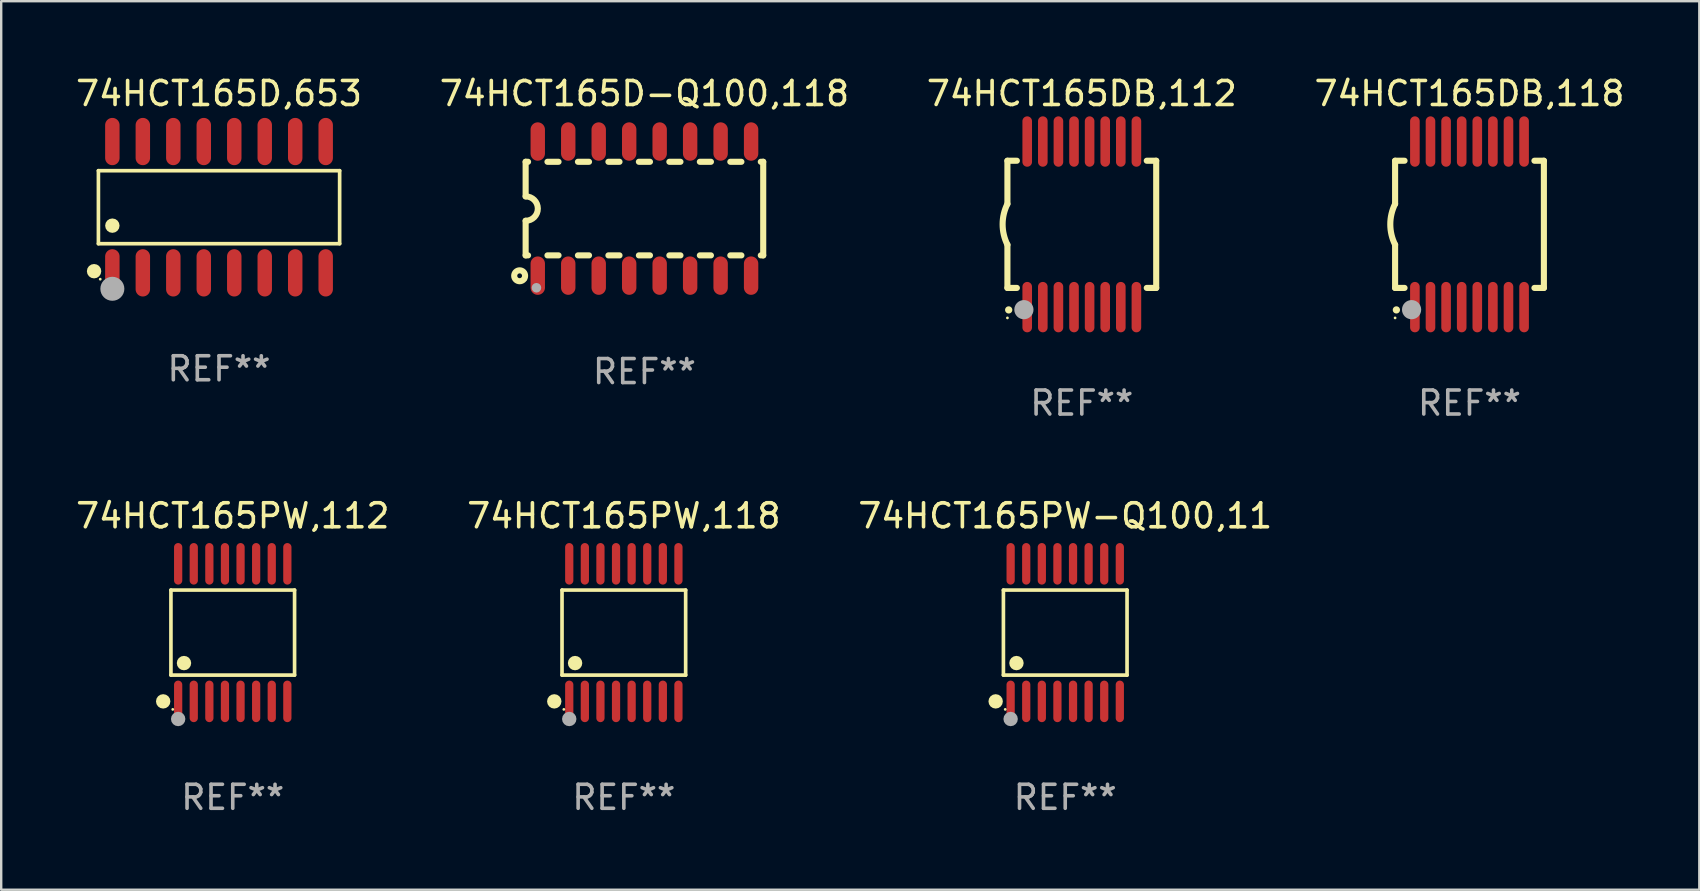
<source format=kicad_pcb>
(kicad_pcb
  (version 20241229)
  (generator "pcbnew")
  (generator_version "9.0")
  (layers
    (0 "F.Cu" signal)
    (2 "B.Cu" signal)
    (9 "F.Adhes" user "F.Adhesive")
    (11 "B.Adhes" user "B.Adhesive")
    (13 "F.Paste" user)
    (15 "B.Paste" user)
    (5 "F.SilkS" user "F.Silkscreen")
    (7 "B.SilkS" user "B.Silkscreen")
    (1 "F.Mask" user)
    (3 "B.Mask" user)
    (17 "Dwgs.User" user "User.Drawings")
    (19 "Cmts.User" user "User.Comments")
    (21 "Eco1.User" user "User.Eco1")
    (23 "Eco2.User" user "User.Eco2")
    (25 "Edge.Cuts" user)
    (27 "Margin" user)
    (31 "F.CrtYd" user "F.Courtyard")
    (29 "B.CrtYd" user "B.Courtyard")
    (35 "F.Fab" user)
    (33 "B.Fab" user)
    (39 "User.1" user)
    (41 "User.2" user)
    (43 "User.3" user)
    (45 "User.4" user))
  (footprint "74HCT165PW,112"
    (layer "F.Cu")
    (at 6.649 23.311)
    (property "Reference" "74HCT165PW,112" (at 0 -4.866 0) (layer "F.SilkS") (effects (font (size 1 1) (thickness 0.15))))
    (attr through_hole)
    (fp_line (start -2.576 -1.772) (end 2.576 -1.772) (stroke (width 0.152) (type solid)) (layer "F.SilkS"))
    (fp_line (start -2.576 1.771) (end -2.576 -1.772) (stroke (width 0.152) (type solid)) (layer "F.SilkS"))
    (fp_line (start 2.576 -1.772) (end 2.576 1.771) (stroke (width 0.152) (type solid)) (layer "F.SilkS"))
    (fp_line (start 2.576 1.771) (end -2.576 1.771) (stroke (width 0.152) (type solid)) (layer "F.SilkS"))
    (fp_circle (center -2.899 2.866) (end -2.749 2.866) (stroke (width 0.3) (type solid)) (fill no) (layer "F.SilkS"))
    (fp_circle (center -2.5 3.2) (end -2.47 3.2) (stroke (width 0.06) (type solid)) (fill no) (layer "F.SilkS"))
    (fp_circle (center -2.032 1.27) (end -1.882 1.27) (stroke (width 0.3) (type solid)) (fill no) (layer "F.SilkS"))
    (fp_circle (center -2.275 3.6) (end -2.125 3.6) (stroke (width 0.3) (type solid)) (fill no) (layer "F.Fab"))
    (fp_text user "REF**" (at 0 6.866 0) (layer "F.Fab") (effects (font (size 1 1) (thickness 0.15))))
    (pad "1" smd oval (at -2.275 2.866) (size 0.343 1.731) (layers "F.Cu" "F.Mask" "F.Paste"))
    (pad "2" smd oval (at -1.625 2.866) (size 0.343 1.731) (layers "F.Cu" "F.Mask" "F.Paste"))
    (pad "3" smd oval (at -0.975 2.866) (size 0.343 1.731) (layers "F.Cu" "F.Mask" "F.Paste"))
    (pad "4" smd oval (at -0.325 2.866) (size 0.343 1.731) (layers "F.Cu" "F.Mask" "F.Paste"))
    (pad "5" smd oval (at 0.325 2.866) (size 0.343 1.731) (layers "F.Cu" "F.Mask" "F.Paste"))
    (pad "6" smd oval (at 0.975 2.866) (size 0.343 1.731) (layers "F.Cu" "F.Mask" "F.Paste"))
    (pad "7" smd oval (at 1.625 2.866) (size 0.343 1.731) (layers "F.Cu" "F.Mask" "F.Paste"))
    (pad "8" smd oval (at 2.275 2.866) (size 0.343 1.731) (layers "F.Cu" "F.Mask" "F.Paste"))
    (pad "9" smd oval (at 2.275 -2.866) (size 0.343 1.731) (layers "F.Cu" "F.Mask" "F.Paste"))
    (pad "10" smd oval (at 1.625 -2.866) (size 0.343 1.731) (layers "F.Cu" "F.Mask" "F.Paste"))
    (pad "11" smd oval (at 0.975 -2.866) (size 0.343 1.731) (layers "F.Cu" "F.Mask" "F.Paste"))
    (pad "12" smd oval (at 0.325 -2.866) (size 0.343 1.731) (layers "F.Cu" "F.Mask" "F.Paste"))
    (pad "13" smd oval (at -0.325 -2.866) (size 0.343 1.731) (layers "F.Cu" "F.Mask" "F.Paste"))
    (pad "14" smd oval (at -0.975 -2.866) (size 0.343 1.731) (layers "F.Cu" "F.Mask" "F.Paste"))
    (pad "15" smd oval (at -1.625 -2.866) (size 0.343 1.731) (layers "F.Cu" "F.Mask" "F.Paste"))
    (pad "16" smd oval (at -2.275 -2.866) (size 0.343 1.731) (layers "F.Cu" "F.Mask" "F.Paste")))
  (footprint "74HCT165PW-Q100,11"
    (layer "F.Cu")
    (at 41.339 23.311)
    (property "Reference" "74HCT165PW-Q100,11" (at 0 -4.866 0) (layer "F.SilkS") (effects (font (size 1 1) (thickness 0.15))))
    (attr through_hole)
    (fp_line (start -2.576 -1.772) (end 2.576 -1.772) (stroke (width 0.152) (type solid)) (layer "F.SilkS"))
    (fp_line (start -2.576 1.771) (end -2.576 -1.772) (stroke (width 0.152) (type solid)) (layer "F.SilkS"))
    (fp_line (start 2.576 -1.772) (end 2.576 1.771) (stroke (width 0.152) (type solid)) (layer "F.SilkS"))
    (fp_line (start 2.576 1.771) (end -2.576 1.771) (stroke (width 0.152) (type solid)) (layer "F.SilkS"))
    (fp_circle (center -2.899 2.866) (end -2.749 2.866) (stroke (width 0.3) (type solid)) (fill no) (layer "F.SilkS"))
    (fp_circle (center -2.5 3.2) (end -2.47 3.2) (stroke (width 0.06) (type solid)) (fill no) (layer "F.SilkS"))
    (fp_circle (center -2.032 1.27) (end -1.882 1.27) (stroke (width 0.3) (type solid)) (fill no) (layer "F.SilkS"))
    (fp_circle (center -2.275 3.6) (end -2.125 3.6) (stroke (width 0.3) (type solid)) (fill no) (layer "F.Fab"))
    (fp_text user "REF**" (at 0 6.866 0) (layer "F.Fab") (effects (font (size 1 1) (thickness 0.15))))
    (pad "1" smd oval (at -2.275 2.866) (size 0.343 1.731) (layers "F.Cu" "F.Mask" "F.Paste"))
    (pad "2" smd oval (at -1.625 2.866) (size 0.343 1.731) (layers "F.Cu" "F.Mask" "F.Paste"))
    (pad "3" smd oval (at -0.975 2.866) (size 0.343 1.731) (layers "F.Cu" "F.Mask" "F.Paste"))
    (pad "4" smd oval (at -0.325 2.866) (size 0.343 1.731) (layers "F.Cu" "F.Mask" "F.Paste"))
    (pad "5" smd oval (at 0.325 2.866) (size 0.343 1.731) (layers "F.Cu" "F.Mask" "F.Paste"))
    (pad "6" smd oval (at 0.975 2.866) (size 0.343 1.731) (layers "F.Cu" "F.Mask" "F.Paste"))
    (pad "7" smd oval (at 1.625 2.866) (size 0.343 1.731) (layers "F.Cu" "F.Mask" "F.Paste"))
    (pad "8" smd oval (at 2.275 2.866) (size 0.343 1.731) (layers "F.Cu" "F.Mask" "F.Paste"))
    (pad "9" smd oval (at 2.275 -2.866) (size 0.343 1.731) (layers "F.Cu" "F.Mask" "F.Paste"))
    (pad "10" smd oval (at 1.625 -2.866) (size 0.343 1.731) (layers "F.Cu" "F.Mask" "F.Paste"))
    (pad "11" smd oval (at 0.975 -2.866) (size 0.343 1.731) (layers "F.Cu" "F.Mask" "F.Paste"))
    (pad "12" smd oval (at 0.325 -2.866) (size 0.343 1.731) (layers "F.Cu" "F.Mask" "F.Paste"))
    (pad "13" smd oval (at -0.325 -2.866) (size 0.343 1.731) (layers "F.Cu" "F.Mask" "F.Paste"))
    (pad "14" smd oval (at -0.975 -2.866) (size 0.343 1.731) (layers "F.Cu" "F.Mask" "F.Paste"))
    (pad "15" smd oval (at -1.625 -2.866) (size 0.343 1.731) (layers "F.Cu" "F.Mask" "F.Paste"))
    (pad "16" smd oval (at -2.275 -2.866) (size 0.343 1.731) (layers "F.Cu" "F.Mask" "F.Paste")))
  (footprint "74HCT165D-Q100,118"
    (layer "F.Cu")
    (at 23.804 5.642)
    (property "Reference" "74HCT165D-Q100,118" (at 0 -4.794 0) (layer "F.SilkS") (effects (font (size 1 1) (thickness 0.15))))
    (attr through_hole)
    (fp_line (start -4.95 -1.95) (end -4.95 -0.508) (stroke (width 0.254) (type solid)) (layer "F.SilkS"))
    (fp_line (start -4.95 -1.95) (end -4.849 -1.95) (stroke (width 0.254) (type solid)) (layer "F.SilkS"))
    (fp_line (start -4.95 1.95) (end -4.95 0.508) (stroke (width 0.254) (type solid)) (layer "F.SilkS"))
    (fp_line (start -4.95 1.95) (end -4.849 1.95) (stroke (width 0.254) (type solid)) (layer "F.SilkS"))
    (fp_line (start -4.041 -1.95) (end -3.579 -1.95) (stroke (width 0.254) (type solid)) (layer "F.SilkS"))
    (fp_line (start -4.041 1.95) (end -3.579 1.95) (stroke (width 0.254) (type solid)) (layer "F.SilkS"))
    (fp_line (start -2.771 -1.95) (end -2.309 -1.95) (stroke (width 0.254) (type solid)) (layer "F.SilkS"))
    (fp_line (start -2.771 1.95) (end -2.309 1.95) (stroke (width 0.254) (type solid)) (layer "F.SilkS"))
    (fp_line (start -1.501 -1.95) (end -1.039 -1.95) (stroke (width 0.254) (type solid)) (layer "F.SilkS"))
    (fp_line (start -1.501 1.95) (end -1.039 1.95) (stroke (width 0.254) (type solid)) (layer "F.SilkS"))
    (fp_line (start -0.231 -1.95) (end 0.231 -1.95) (stroke (width 0.254) (type solid)) (layer "F.SilkS"))
    (fp_line (start -0.231 1.95) (end 0.231 1.95) (stroke (width 0.254) (type solid)) (layer "F.SilkS"))
    (fp_line (start 1.039 -1.95) (end 1.501 -1.95) (stroke (width 0.254) (type solid)) (layer "F.SilkS"))
    (fp_line (start 1.039 1.95) (end 1.501 1.95) (stroke (width 0.254) (type solid)) (layer "F.SilkS"))
    (fp_line (start 2.309 -1.95) (end 2.771 -1.95) (stroke (width 0.254) (type solid)) (layer "F.SilkS"))
    (fp_line (start 2.309 1.95) (end 2.771 1.95) (stroke (width 0.254) (type solid)) (layer "F.SilkS"))
    (fp_line (start 3.579 -1.95) (end 4.041 -1.95) (stroke (width 0.254) (type solid)) (layer "F.SilkS"))
    (fp_line (start 3.579 1.95) (end 4.041 1.95) (stroke (width 0.254) (type solid)) (layer "F.SilkS"))
    (fp_line (start 4.849 -1.95) (end 4.95 -1.95) (stroke (width 0.254) (type solid)) (layer "F.SilkS"))
    (fp_line (start 4.849 1.95) (end 4.95 1.95) (stroke (width 0.254) (type solid)) (layer "F.SilkS"))
    (fp_line (start 4.95 -1.95) (end 4.95 1.95) (stroke (width 0.254) (type solid)) (layer "F.SilkS"))
    (fp_arc (start -4.95047 -0.508001) (mid -4.442469 -0.000228) (end -4.950013 0.508001) (stroke (width 0.254001) (type solid)) (layer "F.SilkS"))
    (fp_circle (center -5.2 2.8) (end -5.1 2.8) (stroke (width 0.254) (type solid)) (fill no) (layer "F.SilkS"))
    (fp_circle (center -4.95 2.947) (end -4.92 2.947) (stroke (width 0.06) (type solid)) (fill no) (layer "F.SilkS"))
    (fp_circle (center -4.5 3.3) (end -4.4 3.3) (stroke (width 0.2) (type solid)) (fill no) (layer "F.Fab"))
    (fp_text user "REF**" (at 0 6.794 0) (layer "F.Fab") (effects (font (size 1 1) (thickness 0.15))))
    (pad "1" smd oval (at -4.445 2.794) (size 0.6 1.6) (layers "F.Cu" "F.Mask" "F.Paste"))
    (pad "2" smd oval (at -3.175 2.794) (size 0.6 1.6) (layers "F.Cu" "F.Mask" "F.Paste"))
    (pad "3" smd oval (at -1.905 2.794) (size 0.6 1.6) (layers "F.Cu" "F.Mask" "F.Paste"))
    (pad "4" smd oval (at -0.635 2.794) (size 0.6 1.6) (layers "F.Cu" "F.Mask" "F.Paste"))
    (pad "5" smd oval (at 0.635 2.794) (size 0.6 1.6) (layers "F.Cu" "F.Mask" "F.Paste"))
    (pad "6" smd oval (at 1.905 2.794) (size 0.6 1.6) (layers "F.Cu" "F.Mask" "F.Paste"))
    (pad "7" smd oval (at 3.175 2.794) (size 0.6 1.6) (layers "F.Cu" "F.Mask" "F.Paste"))
    (pad "8" smd oval (at 4.445 2.794) (size 0.6 1.6) (layers "F.Cu" "F.Mask" "F.Paste"))
    (pad "9" smd oval (at 4.445 -2.794) (size 0.6 1.6) (layers "F.Cu" "F.Mask" "F.Paste"))
    (pad "10" smd oval (at 3.175 -2.794) (size 0.6 1.6) (layers "F.Cu" "F.Mask" "F.Paste"))
    (pad "11" smd oval (at 1.905 -2.794) (size 0.6 1.6) (layers "F.Cu" "F.Mask" "F.Paste"))
    (pad "12" smd oval (at 0.635 -2.794) (size 0.6 1.6) (layers "F.Cu" "F.Mask" "F.Paste"))
    (pad "13" smd oval (at -0.635 -2.794) (size 0.6 1.6) (layers "F.Cu" "F.Mask" "F.Paste"))
    (pad "14" smd oval (at -1.905 -2.794) (size 0.6 1.6) (layers "F.Cu" "F.Mask" "F.Paste"))
    (pad "15" smd oval (at -3.175 -2.794) (size 0.6 1.6) (layers "F.Cu" "F.Mask" "F.Paste"))
    (pad "16" smd oval (at -4.445 -2.794) (size 0.6 1.6) (layers "F.Cu" "F.Mask" "F.Paste")))
  (footprint "74HCT165D,653"
    (layer "F.Cu")
    (at 6.077 5.584)
    (property "Reference" "74HCT165D,653" (at 0 -4.736 0) (layer "F.SilkS") (effects (font (size 1 1) (thickness 0.15))))
    (attr through_hole)
    (fp_line (start -5.026 -1.521) (end 5.026 -1.521) (stroke (width 0.152) (type solid)) (layer "F.SilkS"))
    (fp_line (start -5.026 1.521) (end -5.026 -1.521) (stroke (width 0.152) (type solid)) (layer "F.SilkS"))
    (fp_line (start 5.026 -1.521) (end 5.026 1.521) (stroke (width 0.152) (type solid)) (layer "F.SilkS"))
    (fp_line (start 5.026 1.521) (end -5.026 1.521) (stroke (width 0.152) (type solid)) (layer "F.SilkS"))
    (fp_circle (center -5.207 2.667) (end -5.057 2.667) (stroke (width 0.3) (type solid)) (fill no) (layer "F.SilkS"))
    (fp_circle (center -4.95 3) (end -4.92 3) (stroke (width 0.06) (type solid)) (fill no) (layer "F.SilkS"))
    (fp_circle (center -4.445 0.769) (end -4.295 0.769) (stroke (width 0.3) (type solid)) (fill no) (layer "F.SilkS"))
    (fp_circle (center -4.445 3.4) (end -4.195 3.4) (stroke (width 0.5) (type solid)) (fill no) (layer "F.Fab"))
    (fp_text user "REF**" (at 0 6.736 0) (layer "F.Fab") (effects (font (size 1 1) (thickness 0.15))))
    (pad "1" smd oval (at -4.445 2.736) (size 0.602 1.971) (layers "F.Cu" "F.Mask" "F.Paste"))
    (pad "2" smd oval (at -3.175 2.736) (size 0.602 1.971) (layers "F.Cu" "F.Mask" "F.Paste"))
    (pad "3" smd oval (at -1.905 2.736) (size 0.602 1.971) (layers "F.Cu" "F.Mask" "F.Paste"))
    (pad "4" smd oval (at -0.635 2.736) (size 0.602 1.971) (layers "F.Cu" "F.Mask" "F.Paste"))
    (pad "5" smd oval (at 0.635 2.736) (size 0.602 1.971) (layers "F.Cu" "F.Mask" "F.Paste"))
    (pad "6" smd oval (at 1.905 2.736) (size 0.602 1.971) (layers "F.Cu" "F.Mask" "F.Paste"))
    (pad "7" smd oval (at 3.175 2.736) (size 0.602 1.971) (layers "F.Cu" "F.Mask" "F.Paste"))
    (pad "8" smd oval (at 4.445 2.736) (size 0.602 1.971) (layers "F.Cu" "F.Mask" "F.Paste"))
    (pad "9" smd oval (at 4.445 -2.736) (size 0.602 1.971) (layers "F.Cu" "F.Mask" "F.Paste"))
    (pad "10" smd oval (at 3.175 -2.736) (size 0.602 1.971) (layers "F.Cu" "F.Mask" "F.Paste"))
    (pad "11" smd oval (at 1.905 -2.736) (size 0.602 1.971) (layers "F.Cu" "F.Mask" "F.Paste"))
    (pad "12" smd oval (at 0.635 -2.736) (size 0.602 1.971) (layers "F.Cu" "F.Mask" "F.Paste"))
    (pad "13" smd oval (at -0.635 -2.736) (size 0.602 1.971) (layers "F.Cu" "F.Mask" "F.Paste"))
    (pad "14" smd oval (at -1.905 -2.736) (size 0.602 1.971) (layers "F.Cu" "F.Mask" "F.Paste"))
    (pad "15" smd oval (at -3.175 -2.736) (size 0.602 1.971) (layers "F.Cu" "F.Mask" "F.Paste"))
    (pad "16" smd oval (at -4.445 -2.736) (size 0.602 1.971) (layers "F.Cu" "F.Mask" "F.Paste")))
  (footprint "74HCT165DB,112"
    (layer "F.Cu")
    (at 42.03 6.298)
    (property "Reference" "74HCT165DB,112" (at 0 -5.45 0) (layer "F.SilkS") (effects (font (size 1 1) (thickness 0.15))))
    (attr through_hole)
    (fp_line (start -3.1 -2.65) (end -3.1 -0.85) (stroke (width 0.254) (type solid)) (layer "F.SilkS"))
    (fp_line (start -3.1 -2.65) (end -2.706 -2.65) (stroke (width 0.254) (type solid)) (layer "F.SilkS"))
    (fp_line (start -3.1 2.65) (end -3.1 0.85) (stroke (width 0.254) (type solid)) (layer "F.SilkS"))
    (fp_line (start -3.1 2.65) (end -2.706 2.65) (stroke (width 0.254) (type solid)) (layer "F.SilkS"))
    (fp_line (start 2.706 -2.65) (end 3.1 -2.65) (stroke (width 0.254) (type solid)) (layer "F.SilkS"))
    (fp_line (start 2.706 2.65) (end 3.1 2.65) (stroke (width 0.254) (type solid)) (layer "F.SilkS"))
    (fp_line (start 3.1 -2.65) (end 3.1 2.65) (stroke (width 0.254) (type solid)) (layer "F.SilkS"))
    (fp_arc (start -3.098907 0.850902) (mid -3.300057 0.000523) (end -3.1 -0.850114) (stroke (width 0.254001) (type solid)) (layer "F.SilkS"))
    (fp_arc (start -3.048006 3.566066) (mid -3.046736 3.566061) (end -3.045466 3.566066) (stroke (width 0.3) (type solid)) (layer "F.SilkS"))
    (fp_circle (center -3.1 3.9) (end -3.07 3.9) (stroke (width 0.06) (type solid)) (fill no) (layer "F.SilkS"))
    (fp_circle (center -2.413 3.556) (end -2.213 3.556) (stroke (width 0.4) (type solid)) (fill no) (layer "F.Fab"))
    (fp_text user "REF**" (at 0 7.45 0) (layer "F.Fab") (effects (font (size 1 1) (thickness 0.15))))
    (pad "1" smd oval (at -2.275 3.45 180) (size 0.4 2.1) (layers "F.Cu" "F.Mask" "F.Paste"))
    (pad "2" smd oval (at -1.625 3.45 180) (size 0.4 2.1) (layers "F.Cu" "F.Mask" "F.Paste"))
    (pad "3" smd oval (at -0.975 3.45 180) (size 0.4 2.1) (layers "F.Cu" "F.Mask" "F.Paste"))
    (pad "4" smd oval (at -0.325 3.45 180) (size 0.4 2.1) (layers "F.Cu" "F.Mask" "F.Paste"))
    (pad "5" smd oval (at 0.325 3.45 180) (size 0.4 2.1) (layers "F.Cu" "F.Mask" "F.Paste"))
    (pad "6" smd oval (at 0.975 3.45 180) (size 0.4 2.1) (layers "F.Cu" "F.Mask" "F.Paste"))
    (pad "7" smd oval (at 1.625 3.45 180) (size 0.4 2.1) (layers "F.Cu" "F.Mask" "F.Paste"))
    (pad "8" smd oval (at 2.275 3.45 180) (size 0.4 2.1) (layers "F.Cu" "F.Mask" "F.Paste"))
    (pad "9" smd oval (at 2.275 -3.45 180) (size 0.4 2.1) (layers "F.Cu" "F.Mask" "F.Paste"))
    (pad "10" smd oval (at 1.625 -3.45 180) (size 0.4 2.1) (layers "F.Cu" "F.Mask" "F.Paste"))
    (pad "11" smd oval (at 0.975 -3.45 180) (size 0.4 2.1) (layers "F.Cu" "F.Mask" "F.Paste"))
    (pad "12" smd oval (at 0.325 -3.45 180) (size 0.4 2.1) (layers "F.Cu" "F.Mask" "F.Paste"))
    (pad "13" smd oval (at -0.325 -3.45 180) (size 0.4 2.1) (layers "F.Cu" "F.Mask" "F.Paste"))
    (pad "14" smd oval (at -0.975 -3.45 180) (size 0.4 2.1) (layers "F.Cu" "F.Mask" "F.Paste"))
    (pad "15" smd oval (at -1.625 -3.45 180) (size 0.4 2.1) (layers "F.Cu" "F.Mask" "F.Paste"))
    (pad "16" smd oval (at -2.275 -3.45 180) (size 0.4 2.1) (layers "F.Cu" "F.Mask" "F.Paste")))
  (footprint "74HCT165DB,118"
    (layer "F.Cu")
    (at 58.185 6.298)
    (property "Reference" "74HCT165DB,118" (at 0 -5.45 0) (layer "F.SilkS") (effects (font (size 1 1) (thickness 0.15))))
    (attr through_hole)
    (fp_line (start -3.1 -2.65) (end -3.1 -0.85) (stroke (width 0.254) (type solid)) (layer "F.SilkS"))
    (fp_line (start -3.1 -2.65) (end -2.706 -2.65) (stroke (width 0.254) (type solid)) (layer "F.SilkS"))
    (fp_line (start -3.1 2.65) (end -3.1 0.85) (stroke (width 0.254) (type solid)) (layer "F.SilkS"))
    (fp_line (start -3.1 2.65) (end -2.706 2.65) (stroke (width 0.254) (type solid)) (layer "F.SilkS"))
    (fp_line (start 2.706 -2.65) (end 3.1 -2.65) (stroke (width 0.254) (type solid)) (layer "F.SilkS"))
    (fp_line (start 2.706 2.65) (end 3.1 2.65) (stroke (width 0.254) (type solid)) (layer "F.SilkS"))
    (fp_line (start 3.1 -2.65) (end 3.1 2.65) (stroke (width 0.254) (type solid)) (layer "F.SilkS"))
    (fp_arc (start -3.098907 0.850902) (mid -3.300057 0.000523) (end -3.1 -0.850114) (stroke (width 0.254001) (type solid)) (layer "F.SilkS"))
    (fp_arc (start -3.048006 3.566066) (mid -3.046736 3.566061) (end -3.045466 3.566066) (stroke (width 0.3) (type solid)) (layer "F.SilkS"))
    (fp_circle (center -3.1 3.9) (end -3.07 3.9) (stroke (width 0.06) (type solid)) (fill no) (layer "F.SilkS"))
    (fp_circle (center -2.413 3.556) (end -2.213 3.556) (stroke (width 0.4) (type solid)) (fill no) (layer "F.Fab"))
    (fp_text user "REF**" (at 0 7.45 0) (layer "F.Fab") (effects (font (size 1 1) (thickness 0.15))))
    (pad "1" smd oval (at -2.275 3.45 180) (size 0.4 2.1) (layers "F.Cu" "F.Mask" "F.Paste"))
    (pad "2" smd oval (at -1.625 3.45 180) (size 0.4 2.1) (layers "F.Cu" "F.Mask" "F.Paste"))
    (pad "3" smd oval (at -0.975 3.45 180) (size 0.4 2.1) (layers "F.Cu" "F.Mask" "F.Paste"))
    (pad "4" smd oval (at -0.325 3.45 180) (size 0.4 2.1) (layers "F.Cu" "F.Mask" "F.Paste"))
    (pad "5" smd oval (at 0.325 3.45 180) (size 0.4 2.1) (layers "F.Cu" "F.Mask" "F.Paste"))
    (pad "6" smd oval (at 0.975 3.45 180) (size 0.4 2.1) (layers "F.Cu" "F.Mask" "F.Paste"))
    (pad "7" smd oval (at 1.625 3.45 180) (size 0.4 2.1) (layers "F.Cu" "F.Mask" "F.Paste"))
    (pad "8" smd oval (at 2.275 3.45 180) (size 0.4 2.1) (layers "F.Cu" "F.Mask" "F.Paste"))
    (pad "9" smd oval (at 2.275 -3.45 180) (size 0.4 2.1) (layers "F.Cu" "F.Mask" "F.Paste"))
    (pad "10" smd oval (at 1.625 -3.45 180) (size 0.4 2.1) (layers "F.Cu" "F.Mask" "F.Paste"))
    (pad "11" smd oval (at 0.975 -3.45 180) (size 0.4 2.1) (layers "F.Cu" "F.Mask" "F.Paste"))
    (pad "12" smd oval (at 0.325 -3.45 180) (size 0.4 2.1) (layers "F.Cu" "F.Mask" "F.Paste"))
    (pad "13" smd oval (at -0.325 -3.45 180) (size 0.4 2.1) (layers "F.Cu" "F.Mask" "F.Paste"))
    (pad "14" smd oval (at -0.975 -3.45 180) (size 0.4 2.1) (layers "F.Cu" "F.Mask" "F.Paste"))
    (pad "15" smd oval (at -1.625 -3.45 180) (size 0.4 2.1) (layers "F.Cu" "F.Mask" "F.Paste"))
    (pad "16" smd oval (at -2.275 -3.45 180) (size 0.4 2.1) (layers "F.Cu" "F.Mask" "F.Paste")))
  (footprint "74HCT165PW,118"
    (layer "F.Cu")
    (at 22.946 23.311)
    (property "Reference" "74HCT165PW,118" (at 0 -4.866 0) (layer "F.SilkS") (effects (font (size 1 1) (thickness 0.15))))
    (attr through_hole)
    (fp_line (start -2.576 -1.772) (end 2.576 -1.772) (stroke (width 0.152) (type solid)) (layer "F.SilkS"))
    (fp_line (start -2.576 1.771) (end -2.576 -1.772) (stroke (width 0.152) (type solid)) (layer "F.SilkS"))
    (fp_line (start 2.576 -1.772) (end 2.576 1.771) (stroke (width 0.152) (type solid)) (layer "F.SilkS"))
    (fp_line (start 2.576 1.771) (end -2.576 1.771) (stroke (width 0.152) (type solid)) (layer "F.SilkS"))
    (fp_circle (center -2.899 2.866) (end -2.749 2.866) (stroke (width 0.3) (type solid)) (fill no) (layer "F.SilkS"))
    (fp_circle (center -2.5 3.2) (end -2.47 3.2) (stroke (width 0.06) (type solid)) (fill no) (layer "F.SilkS"))
    (fp_circle (center -2.032 1.27) (end -1.882 1.27) (stroke (width 0.3) (type solid)) (fill no) (layer "F.SilkS"))
    (fp_circle (center -2.275 3.6) (end -2.125 3.6) (stroke (width 0.3) (type solid)) (fill no) (layer "F.Fab"))
    (fp_text user "REF**" (at 0 6.866 0) (layer "F.Fab") (effects (font (size 1 1) (thickness 0.15))))
    (pad "1" smd oval (at -2.275 2.866) (size 0.343 1.731) (layers "F.Cu" "F.Mask" "F.Paste"))
    (pad "2" smd oval (at -1.625 2.866) (size 0.343 1.731) (layers "F.Cu" "F.Mask" "F.Paste"))
    (pad "3" smd oval (at -0.975 2.866) (size 0.343 1.731) (layers "F.Cu" "F.Mask" "F.Paste"))
    (pad "4" smd oval (at -0.325 2.866) (size 0.343 1.731) (layers "F.Cu" "F.Mask" "F.Paste"))
    (pad "5" smd oval (at 0.325 2.866) (size 0.343 1.731) (layers "F.Cu" "F.Mask" "F.Paste"))
    (pad "6" smd oval (at 0.975 2.866) (size 0.343 1.731) (layers "F.Cu" "F.Mask" "F.Paste"))
    (pad "7" smd oval (at 1.625 2.866) (size 0.343 1.731) (layers "F.Cu" "F.Mask" "F.Paste"))
    (pad "8" smd oval (at 2.275 2.866) (size 0.343 1.731) (layers "F.Cu" "F.Mask" "F.Paste"))
    (pad "9" smd oval (at 2.275 -2.866) (size 0.343 1.731) (layers "F.Cu" "F.Mask" "F.Paste"))
    (pad "10" smd oval (at 1.625 -2.866) (size 0.343 1.731) (layers "F.Cu" "F.Mask" "F.Paste"))
    (pad "11" smd oval (at 0.975 -2.866) (size 0.343 1.731) (layers "F.Cu" "F.Mask" "F.Paste"))
    (pad "12" smd oval (at 0.325 -2.866) (size 0.343 1.731) (layers "F.Cu" "F.Mask" "F.Paste"))
    (pad "13" smd oval (at -0.325 -2.866) (size 0.343 1.731) (layers "F.Cu" "F.Mask" "F.Paste"))
    (pad "14" smd oval (at -0.975 -2.866) (size 0.343 1.731) (layers "F.Cu" "F.Mask" "F.Paste"))
    (pad "15" smd oval (at -1.625 -2.866) (size 0.343 1.731) (layers "F.Cu" "F.Mask" "F.Paste"))
    (pad "16" smd oval (at -2.275 -2.866) (size 0.343 1.731) (layers "F.Cu" "F.Mask" "F.Paste")))
  (gr_rect
    (start -3 -3)
    (end 67.762 34.025)
    (stroke (width 0.1) (type default))
    (fill no)
    (layer "Edge.Cuts")))
</source>
